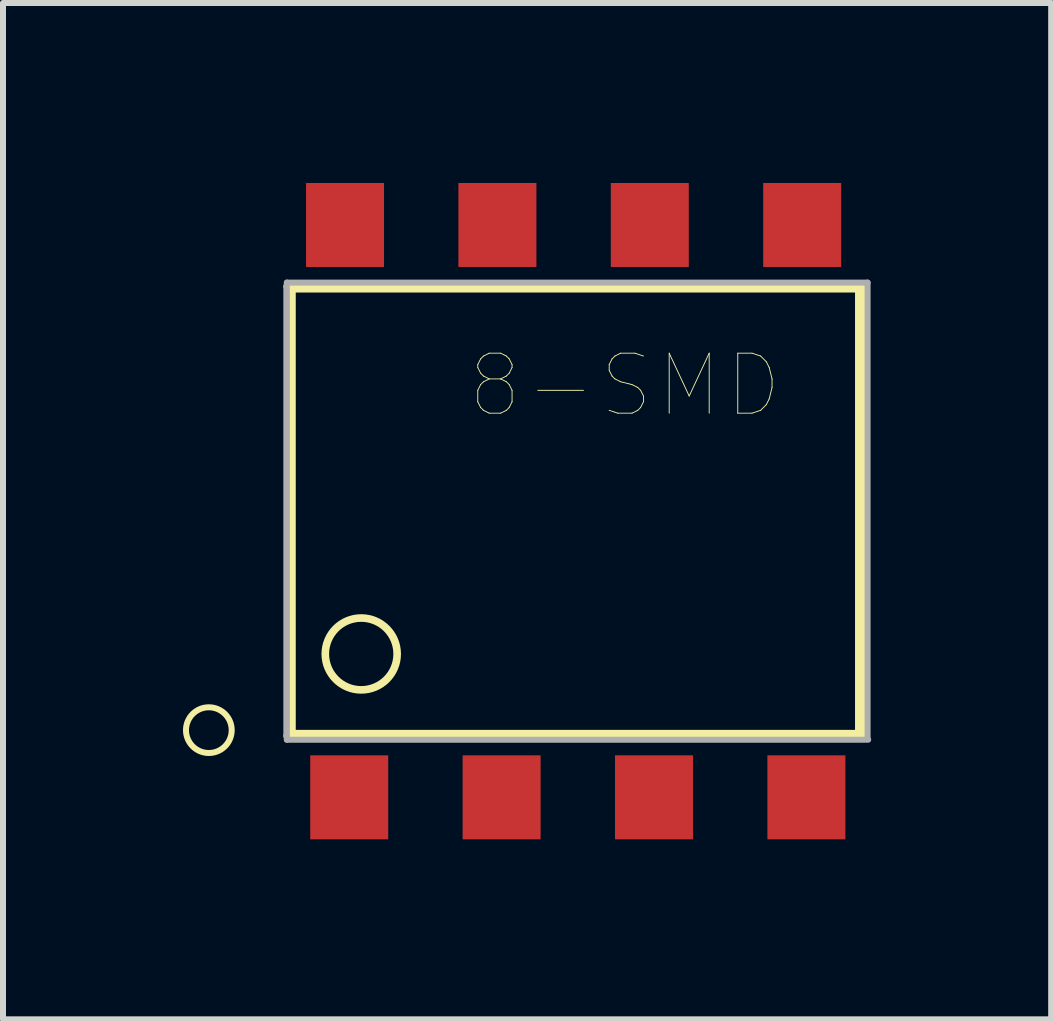
<source format=kicad_pcb>
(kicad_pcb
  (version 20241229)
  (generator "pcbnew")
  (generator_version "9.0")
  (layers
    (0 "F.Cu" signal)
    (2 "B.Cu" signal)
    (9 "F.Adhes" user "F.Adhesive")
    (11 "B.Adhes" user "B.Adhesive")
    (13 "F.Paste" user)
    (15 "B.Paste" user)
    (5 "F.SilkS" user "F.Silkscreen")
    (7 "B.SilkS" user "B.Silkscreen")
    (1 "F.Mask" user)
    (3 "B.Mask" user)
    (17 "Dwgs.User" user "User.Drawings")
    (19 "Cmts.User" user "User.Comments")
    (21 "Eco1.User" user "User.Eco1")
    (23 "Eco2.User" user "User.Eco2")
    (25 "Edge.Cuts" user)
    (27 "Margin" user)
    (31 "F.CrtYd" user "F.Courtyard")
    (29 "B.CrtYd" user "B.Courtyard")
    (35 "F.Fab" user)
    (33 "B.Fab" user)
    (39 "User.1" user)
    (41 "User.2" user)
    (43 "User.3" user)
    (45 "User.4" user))
  (footprint "8-SMD"
    (layer "F.Cu")
    (at 6.731 5.28)
    (property "Reference" "8-SMD" (at 0.635 -1.905 0) (layer "F.SilkS") (effects (font (size 1 1) (thickness 0.015))))
    (attr through_hole)
    (fp_line (start -4.953 -3.556) (end 4.572 -3.556) (stroke (width 0.203) (type solid)) (layer "F.SilkS"))
    (fp_line (start -4.953 3.937) (end -4.953 -3.556) (stroke (width 0.203) (type solid)) (layer "F.SilkS"))
    (fp_line (start 4.572 -3.556) (end 4.572 3.937) (stroke (width 0.203) (type solid)) (layer "F.SilkS"))
    (fp_line (start 4.572 3.937) (end -4.953 3.937) (stroke (width 0.203) (type solid)) (layer "F.SilkS"))
    (fp_circle (center -6.3 3.84) (end -5.919 3.84) (stroke (width 0.1) (type solid)) (fill no) (layer "F.SilkS"))
    (fp_circle (center -3.76 2.57) (end -3.161 2.57) (stroke (width 0.127) (type solid)) (fill no) (layer "F.SilkS"))
    (fp_line (start -5 -3.62) (end 4.68 -3.62) (stroke (width 0.1) (type solid)) (layer "F.Fab"))
    (fp_line (start -5 4) (end -5 -3.62) (stroke (width 0.1) (type solid)) (layer "F.Fab"))
    (fp_line (start -5 4) (end 4.69 4) (stroke (width 0.1) (type solid)) (layer "F.Fab"))
    (fp_line (start 4.68 -3.62) (end 4.68 3.98) (stroke (width 0.1) (type solid)) (layer "F.Fab"))
    (pad "1" smd rect (at -3.96 4.96) (size 1.3 1.4) (layers "F.Cu" "F.Mask" "F.Paste"))
    (pad "2" smd rect (at -1.42 4.96) (size 1.3 1.4) (layers "F.Cu" "F.Mask" "F.Paste"))
    (pad "3" smd rect (at 1.12 4.96) (size 1.3 1.4) (layers "F.Cu" "F.Mask" "F.Paste"))
    (pad "4" smd rect (at 3.66 4.96) (size 1.3 1.4) (layers "F.Cu" "F.Mask" "F.Paste"))
    (pad "5" smd rect (at 3.59 -4.58) (size 1.3 1.4) (layers "F.Cu" "F.Mask" "F.Paste"))
    (pad "6" smd rect (at 1.05 -4.58) (size 1.3 1.4) (layers "F.Cu" "F.Mask" "F.Paste"))
    (pad "7" smd rect (at -1.49 -4.58) (size 1.3 1.4) (layers "F.Cu" "F.Mask" "F.Paste"))
    (pad "8" smd rect (at -4.03 -4.58) (size 1.3 1.4) (layers "F.Cu" "F.Mask" "F.Paste")))
  (gr_rect
    (start -3 -3)
    (end 14.471 13.94)
    (stroke (width 0.1) (type default))
    (fill no)
    (layer "Edge.Cuts")))
</source>
